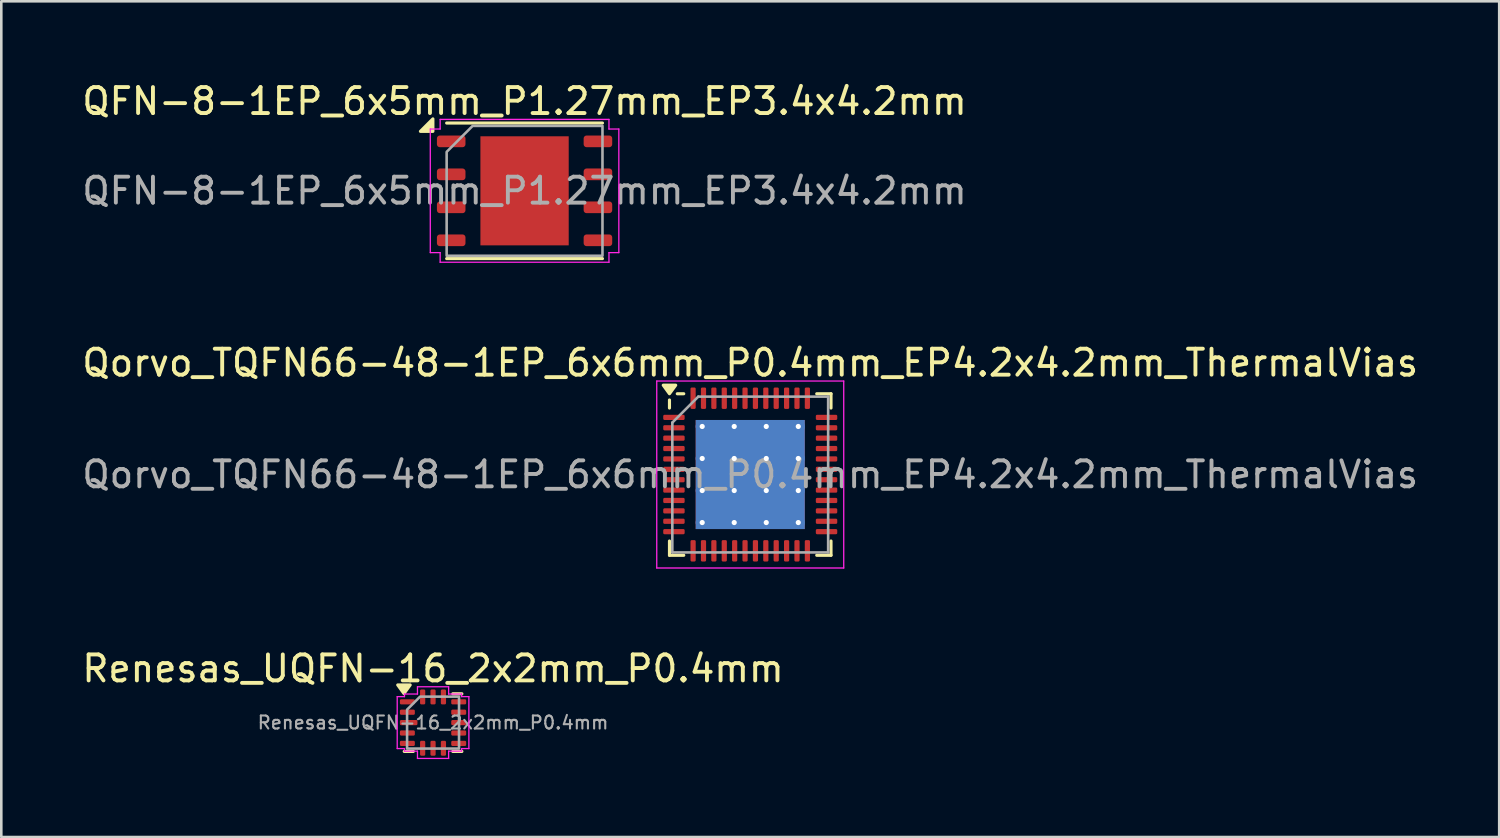
<source format=kicad_pcb>
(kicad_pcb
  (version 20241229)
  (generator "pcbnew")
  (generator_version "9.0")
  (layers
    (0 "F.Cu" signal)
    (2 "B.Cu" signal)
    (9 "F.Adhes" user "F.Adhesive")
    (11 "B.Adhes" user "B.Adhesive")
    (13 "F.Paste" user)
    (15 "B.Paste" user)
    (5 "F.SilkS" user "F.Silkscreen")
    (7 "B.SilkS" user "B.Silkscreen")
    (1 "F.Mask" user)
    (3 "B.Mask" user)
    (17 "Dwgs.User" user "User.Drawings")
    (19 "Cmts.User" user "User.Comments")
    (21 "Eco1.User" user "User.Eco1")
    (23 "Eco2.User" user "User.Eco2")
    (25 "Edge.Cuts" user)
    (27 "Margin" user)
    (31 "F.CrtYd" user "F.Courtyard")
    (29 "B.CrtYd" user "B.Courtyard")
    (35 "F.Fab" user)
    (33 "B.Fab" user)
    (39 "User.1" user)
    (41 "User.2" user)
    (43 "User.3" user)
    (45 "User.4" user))
  (footprint "QFN-8-1EP_6x5mm_P1.27mm_EP3.4x4.2mm"
    (layer "F.Cu")
    (at 17.149 4.298)
    (property "Reference" "QFN-8-1EP_6x5mm_P1.27mm_EP3.4x4.2mm" (at 0 -3.45 0) (layer "F.SilkS") (effects (font (size 1 1) (thickness 0.15))))
    (attr smd)
    (fp_line (start -3 -2.61) (end 3 -2.61) (stroke (width 0.12) (type solid)) (layer "F.SilkS"))
    (fp_line (start -3 2.61) (end 3 2.61) (stroke (width 0.12) (type solid)) (layer "F.SilkS"))
    (fp_poly (pts (xy -3.53 -2.29) (xy -4.01 -2.29) (xy -3.53 -2.77)) (stroke (width 0.12) (type solid)) (fill yes) (layer "F.SilkS"))
    (fp_line (start -3.63 -2.38) (end -3.25 -2.38) (stroke (width 0.05) (type solid)) (layer "F.CrtYd"))
    (fp_line (start -3.63 2.38) (end -3.63 -2.38) (stroke (width 0.05) (type solid)) (layer "F.CrtYd"))
    (fp_line (start -3.25 -2.75) (end 3.25 -2.75) (stroke (width 0.05) (type solid)) (layer "F.CrtYd"))
    (fp_line (start -3.25 -2.38) (end -3.25 -2.75) (stroke (width 0.05) (type solid)) (layer "F.CrtYd"))
    (fp_line (start -3.25 2.38) (end -3.63 2.38) (stroke (width 0.05) (type solid)) (layer "F.CrtYd"))
    (fp_line (start -3.25 2.75) (end -3.25 2.38) (stroke (width 0.05) (type solid)) (layer "F.CrtYd"))
    (fp_line (start 3.25 -2.75) (end 3.25 -2.38) (stroke (width 0.05) (type solid)) (layer "F.CrtYd"))
    (fp_line (start 3.25 -2.38) (end 3.63 -2.38) (stroke (width 0.05) (type solid)) (layer "F.CrtYd"))
    (fp_line (start 3.25 2.38) (end 3.25 2.75) (stroke (width 0.05) (type solid)) (layer "F.CrtYd"))
    (fp_line (start 3.25 2.75) (end -3.25 2.75) (stroke (width 0.05) (type solid)) (layer "F.CrtYd"))
    (fp_line (start 3.63 -2.38) (end 3.63 2.38) (stroke (width 0.05) (type solid)) (layer "F.CrtYd"))
    (fp_line (start 3.63 2.38) (end 3.25 2.38) (stroke (width 0.05) (type solid)) (layer "F.CrtYd"))
    (fp_poly (pts (xy -3 -1.5) (xy -3 2.5) (xy 3 2.5) (xy 3 -2.5) (xy -2 -2.5)) (stroke (width 0.1) (type solid)) (fill no) (layer "F.Fab"))
    (fp_text user "${REFERENCE}" (at 0 0 0) (layer "F.Fab") (effects (font (size 1 1) (thickness 0.15))))
    (pad "" smd roundrect (at -0.85 -1.05) (size 1.37 1.69) (layers "F.Paste") (roundrect_rratio 0.182))
    (pad "" smd roundrect (at -0.85 1.05) (size 1.37 1.69) (layers "F.Paste") (roundrect_rratio 0.182))
    (pad "" smd roundrect (at 0.85 -1.05) (size 1.37 1.69) (layers "F.Paste") (roundrect_rratio 0.182))
    (pad "" smd roundrect (at 0.85 1.05) (size 1.37 1.69) (layers "F.Paste") (roundrect_rratio 0.182))
    (pad "1" smd roundrect (at -2.825 -1.905) (size 1.1 0.45) (layers "F.Cu" "F.Mask" "F.Paste") (roundrect_rratio 0.25))
    (pad "2" smd roundrect (at -2.825 -0.635) (size 1.1 0.45) (layers "F.Cu" "F.Mask" "F.Paste") (roundrect_rratio 0.25))
    (pad "3" smd roundrect (at -2.825 0.635) (size 1.1 0.45) (layers "F.Cu" "F.Mask" "F.Paste") (roundrect_rratio 0.25))
    (pad "4" smd roundrect (at -2.825 1.905) (size 1.1 0.45) (layers "F.Cu" "F.Mask" "F.Paste") (roundrect_rratio 0.25))
    (pad "5" smd roundrect (at 2.825 1.905) (size 1.1 0.45) (layers "F.Cu" "F.Mask" "F.Paste") (roundrect_rratio 0.25))
    (pad "6" smd roundrect (at 2.825 0.635) (size 1.1 0.45) (layers "F.Cu" "F.Mask" "F.Paste") (roundrect_rratio 0.25))
    (pad "7" smd roundrect (at 2.825 -0.635) (size 1.1 0.45) (layers "F.Cu" "F.Mask" "F.Paste") (roundrect_rratio 0.25))
    (pad "8" smd roundrect (at 2.825 -1.905) (size 1.1 0.45) (layers "F.Cu" "F.Mask" "F.Paste") (roundrect_rratio 0.25))
    (pad "9" smd rect (at 0 0) (size 3.4 4.2) (property pad_prop_heatsink) (layers "F.Cu" "F.Mask")))
  (footprint "Renesas_UQFN-16_2x2mm_P0.4mm"
    (layer "F.Cu")
    (at 13.625 24.775)
    (property "Reference" "Renesas_UQFN-16_2x2mm_P0.4mm" (at 0 -2.08 0) (layer "F.SilkS") (effects (font (size 1 1) (thickness 0.15))))
    (attr smd)
    (fp_line (start -0.76 1.11) (end -1.11 1.11) (stroke (width 0.12) (type solid)) (layer "F.SilkS"))
    (fp_line (start 0.76 -1.11) (end 1.11 -1.11) (stroke (width 0.12) (type solid)) (layer "F.SilkS"))
    (fp_line (start 0.76 1.11) (end 1.11 1.11) (stroke (width 0.12) (type solid)) (layer "F.SilkS"))
    (fp_poly (pts (xy -1.12 -1.12) (xy -1.36 -1.45) (xy -0.88 -1.45)) (stroke (width 0.12) (type solid)) (fill yes) (layer "F.SilkS"))
    (fp_line (start -1.38 -1) (end -1.1 -1) (stroke (width 0.05) (type solid)) (layer "F.CrtYd"))
    (fp_line (start -1.38 1) (end -1.38 -1) (stroke (width 0.05) (type solid)) (layer "F.CrtYd"))
    (fp_line (start -1.1 -1.1) (end -0.6 -1.1) (stroke (width 0.05) (type solid)) (layer "F.CrtYd"))
    (fp_line (start -1.1 -1) (end -1.1 -1.1) (stroke (width 0.05) (type solid)) (layer "F.CrtYd"))
    (fp_line (start -1.1 1) (end -1.38 1) (stroke (width 0.05) (type solid)) (layer "F.CrtYd"))
    (fp_line (start -1.1 1.1) (end -1.1 1) (stroke (width 0.05) (type solid)) (layer "F.CrtYd"))
    (fp_line (start -0.6 -1.38) (end 0.6 -1.38) (stroke (width 0.05) (type solid)) (layer "F.CrtYd"))
    (fp_line (start -0.6 -1.1) (end -0.6 -1.38) (stroke (width 0.05) (type solid)) (layer "F.CrtYd"))
    (fp_line (start -0.6 1.1) (end -1.1 1.1) (stroke (width 0.05) (type solid)) (layer "F.CrtYd"))
    (fp_line (start -0.6 1.38) (end -0.6 1.1) (stroke (width 0.05) (type solid)) (layer "F.CrtYd"))
    (fp_line (start 0.6 -1.38) (end 0.6 -1.1) (stroke (width 0.05) (type solid)) (layer "F.CrtYd"))
    (fp_line (start 0.6 -1.1) (end 1.1 -1.1) (stroke (width 0.05) (type solid)) (layer "F.CrtYd"))
    (fp_line (start 0.6 1.1) (end 0.6 1.38) (stroke (width 0.05) (type solid)) (layer "F.CrtYd"))
    (fp_line (start 0.6 1.38) (end -0.6 1.38) (stroke (width 0.05) (type solid)) (layer "F.CrtYd"))
    (fp_line (start 1.1 -1.1) (end 1.1 -1) (stroke (width 0.05) (type solid)) (layer "F.CrtYd"))
    (fp_line (start 1.1 -1) (end 1.38 -1) (stroke (width 0.05) (type solid)) (layer "F.CrtYd"))
    (fp_line (start 1.1 1) (end 1.1 1.1) (stroke (width 0.05) (type solid)) (layer "F.CrtYd"))
    (fp_line (start 1.1 1.1) (end 0.6 1.1) (stroke (width 0.05) (type solid)) (layer "F.CrtYd"))
    (fp_line (start 1.38 -1) (end 1.38 1) (stroke (width 0.05) (type solid)) (layer "F.CrtYd"))
    (fp_line (start 1.38 1) (end 1.1 1) (stroke (width 0.05) (type solid)) (layer "F.CrtYd"))
    (fp_poly (pts (xy -1 -0.5) (xy -1 1) (xy 1 1) (xy 1 -1) (xy -0.5 -1)) (stroke (width 0.1) (type solid)) (fill no) (layer "F.Fab"))
    (fp_text user "${REFERENCE}" (at 0 0 0) (layer "F.Fab") (effects (font (size 0.5 0.5) (thickness 0.08))))
    (pad "1" smd roundrect (at -0.988 -0.8) (size 0.575 0.2) (layers "F.Cu" "F.Mask" "F.Paste") (roundrect_rratio 0.25))
    (pad "2" smd roundrect (at -0.988 -0.4) (size 0.575 0.2) (layers "F.Cu" "F.Mask" "F.Paste") (roundrect_rratio 0.25))
    (pad "3" smd roundrect (at -0.938 0) (size 0.675 0.2) (layers "F.Cu" "F.Mask" "F.Paste") (roundrect_rratio 0.25))
    (pad "4" smd roundrect (at -0.988 0.4) (size 0.575 0.2) (layers "F.Cu" "F.Mask" "F.Paste") (roundrect_rratio 0.25))
    (pad "5" smd roundrect (at -0.988 0.8) (size 0.575 0.2) (layers "F.Cu" "F.Mask" "F.Paste") (roundrect_rratio 0.25))
    (pad "6" smd roundrect (at -0.4 0.988) (size 0.2 0.575) (layers "F.Cu" "F.Mask" "F.Paste") (roundrect_rratio 0.25))
    (pad "7" smd roundrect (at 0 0.988) (size 0.2 0.575) (layers "F.Cu" "F.Mask" "F.Paste") (roundrect_rratio 0.25))
    (pad "8" smd roundrect (at 0.4 0.988) (size 0.2 0.575) (layers "F.Cu" "F.Mask" "F.Paste") (roundrect_rratio 0.25))
    (pad "9" smd roundrect (at 0.988 0.8) (size 0.575 0.2) (layers "F.Cu" "F.Mask" "F.Paste") (roundrect_rratio 0.25))
    (pad "10" smd roundrect (at 0.988 0.4) (size 0.575 0.2) (layers "F.Cu" "F.Mask" "F.Paste") (roundrect_rratio 0.25))
    (pad "11" smd roundrect (at 0.988 0) (size 0.575 0.2) (layers "F.Cu" "F.Mask" "F.Paste") (roundrect_rratio 0.25))
    (pad "12" smd roundrect (at 0.988 -0.4) (size 0.575 0.2) (layers "F.Cu" "F.Mask" "F.Paste") (roundrect_rratio 0.25))
    (pad "13" smd roundrect (at 0.988 -0.8) (size 0.575 0.2) (layers "F.Cu" "F.Mask" "F.Paste") (roundrect_rratio 0.25))
    (pad "14" smd roundrect (at 0.4 -0.988) (size 0.2 0.575) (layers "F.Cu" "F.Mask" "F.Paste") (roundrect_rratio 0.25))
    (pad "15" smd roundrect (at 0 -0.988) (size 0.2 0.575) (layers "F.Cu" "F.Mask" "F.Paste") (roundrect_rratio 0.25))
    (pad "16" smd roundrect (at -0.4 -0.988) (size 0.2 0.575) (layers "F.Cu" "F.Mask" "F.Paste") (roundrect_rratio 0.25)))
  (footprint "Qorvo_TQFN66-48-1EP_6x6mm_P0.4mm_EP4.2x4.2mm_ThermalVias"
    (layer "F.Cu")
    (at 25.839 15.222)
    (property "Reference" "Qorvo_TQFN66-48-1EP_6x6mm_P0.4mm_EP4.2x4.2mm_ThermalVias" (at 0 -4.3 0) (layer "F.SilkS") (effects (font (size 1 1) (thickness 0.15))))
    (attr smd)
    (fp_line (start -3.11 -2.56) (end -3.11 -2.87) (stroke (width 0.12) (type solid)) (layer "F.SilkS"))
    (fp_line (start -3.11 3.11) (end -3.11 2.56) (stroke (width 0.12) (type solid)) (layer "F.SilkS"))
    (fp_line (start -2.56 -3.11) (end -2.81 -3.11) (stroke (width 0.12) (type solid)) (layer "F.SilkS"))
    (fp_line (start -2.56 3.11) (end -3.11 3.11) (stroke (width 0.12) (type solid)) (layer "F.SilkS"))
    (fp_line (start 2.56 -3.11) (end 3.11 -3.11) (stroke (width 0.12) (type solid)) (layer "F.SilkS"))
    (fp_line (start 2.56 3.11) (end 3.11 3.11) (stroke (width 0.12) (type solid)) (layer "F.SilkS"))
    (fp_line (start 3.11 -3.11) (end 3.11 -2.56) (stroke (width 0.12) (type solid)) (layer "F.SilkS"))
    (fp_line (start 3.11 3.11) (end 3.11 2.56) (stroke (width 0.12) (type solid)) (layer "F.SilkS"))
    (fp_poly (pts (xy -3.11 -3.11) (xy -3.35 -3.44) (xy -2.87 -3.44) (xy -3.11 -3.11)) (stroke (width 0.12) (type solid)) (fill yes) (layer "F.SilkS"))
    (fp_line (start -3.6 -3.6) (end -3.6 3.6) (stroke (width 0.05) (type solid)) (layer "F.CrtYd"))
    (fp_line (start -3.6 3.6) (end 3.6 3.6) (stroke (width 0.05) (type solid)) (layer "F.CrtYd"))
    (fp_line (start 3.6 -3.6) (end -3.6 -3.6) (stroke (width 0.05) (type solid)) (layer "F.CrtYd"))
    (fp_line (start 3.6 3.6) (end 3.6 -3.6) (stroke (width 0.05) (type solid)) (layer "F.CrtYd"))
    (fp_line (start -3 -2) (end -2 -3) (stroke (width 0.1) (type solid)) (layer "F.Fab"))
    (fp_line (start -3 3) (end -3 -2) (stroke (width 0.1) (type solid)) (layer "F.Fab"))
    (fp_line (start -2 -3) (end 3 -3) (stroke (width 0.1) (type solid)) (layer "F.Fab"))
    (fp_line (start 3 -3) (end 3 3) (stroke (width 0.1) (type solid)) (layer "F.Fab"))
    (fp_line (start 3 3) (end -3 3) (stroke (width 0.1) (type solid)) (layer "F.Fab"))
    (fp_text user "${REFERENCE}" (at 0 0 0) (layer "F.Fab") (effects (font (size 1 1) (thickness 0.15))))
    (pad "" smd roundrect (at -1.233 -1.233) (size 1.084 1.084) (layers "F.Paste") (roundrect_rratio 0.231))
    (pad "" smd roundrect (at -1.233 0) (size 1.084 1.084) (layers "F.Paste") (roundrect_rratio 0.231))
    (pad "" smd roundrect (at -1.233 1.233) (size 1.084 1.084) (layers "F.Paste") (roundrect_rratio 0.231))
    (pad "" smd roundrect (at 0 -1.233) (size 1.084 1.084) (layers "F.Paste") (roundrect_rratio 0.231))
    (pad "" smd roundrect (at 0 0) (size 1.084 1.084) (layers "F.Paste") (roundrect_rratio 0.231))
    (pad "" smd roundrect (at 0 1.233) (size 1.084 1.084) (layers "F.Paste") (roundrect_rratio 0.231))
    (pad "" smd roundrect (at 1.233 -1.233) (size 1.084 1.084) (layers "F.Paste") (roundrect_rratio 0.231))
    (pad "" smd roundrect (at 1.233 0) (size 1.084 1.084) (layers "F.Paste") (roundrect_rratio 0.231))
    (pad "" smd roundrect (at 1.233 1.233) (size 1.084 1.084) (layers "F.Paste") (roundrect_rratio 0.231))
    (pad "1" smd roundrect (at -2.938 -2.2) (size 0.825 0.2) (layers "F.Cu" "F.Mask" "F.Paste") (roundrect_rratio 0.25))
    (pad "2" smd roundrect (at -2.938 -1.8) (size 0.825 0.2) (layers "F.Cu" "F.Mask" "F.Paste") (roundrect_rratio 0.25))
    (pad "3" smd roundrect (at -2.938 -1.4) (size 0.825 0.2) (layers "F.Cu" "F.Mask" "F.Paste") (roundrect_rratio 0.25))
    (pad "4" smd roundrect (at -2.938 -1) (size 0.825 0.2) (layers "F.Cu" "F.Mask" "F.Paste") (roundrect_rratio 0.25))
    (pad "5" smd roundrect (at -2.938 -0.6) (size 0.825 0.2) (layers "F.Cu" "F.Mask" "F.Paste") (roundrect_rratio 0.25))
    (pad "6" smd roundrect (at -2.938 -0.2) (size 0.825 0.2) (layers "F.Cu" "F.Mask" "F.Paste") (roundrect_rratio 0.25))
    (pad "7" smd roundrect (at -2.938 0.2) (size 0.825 0.2) (layers "F.Cu" "F.Mask" "F.Paste") (roundrect_rratio 0.25))
    (pad "8" smd roundrect (at -2.938 0.6) (size 0.825 0.2) (layers "F.Cu" "F.Mask" "F.Paste") (roundrect_rratio 0.25))
    (pad "9" smd roundrect (at -2.938 1) (size 0.825 0.2) (layers "F.Cu" "F.Mask" "F.Paste") (roundrect_rratio 0.25))
    (pad "10" smd roundrect (at -2.938 1.4) (size 0.825 0.2) (layers "F.Cu" "F.Mask" "F.Paste") (roundrect_rratio 0.25))
    (pad "11" smd roundrect (at -2.938 1.8) (size 0.825 0.2) (layers "F.Cu" "F.Mask" "F.Paste") (roundrect_rratio 0.25))
    (pad "12" smd roundrect (at -2.938 2.2) (size 0.825 0.2) (layers "F.Cu" "F.Mask" "F.Paste") (roundrect_rratio 0.25))
    (pad "13" smd roundrect (at -2.2 2.938) (size 0.2 0.825) (layers "F.Cu" "F.Mask" "F.Paste") (roundrect_rratio 0.25))
    (pad "14" smd roundrect (at -1.8 2.938) (size 0.2 0.825) (layers "F.Cu" "F.Mask" "F.Paste") (roundrect_rratio 0.25))
    (pad "15" smd roundrect (at -1.4 2.938) (size 0.2 0.825) (layers "F.Cu" "F.Mask" "F.Paste") (roundrect_rratio 0.25))
    (pad "16" smd roundrect (at -1 2.938) (size 0.2 0.825) (layers "F.Cu" "F.Mask" "F.Paste") (roundrect_rratio 0.25))
    (pad "17" smd roundrect (at -0.6 2.938) (size 0.2 0.825) (layers "F.Cu" "F.Mask" "F.Paste") (roundrect_rratio 0.25))
    (pad "18" smd roundrect (at -0.2 2.938) (size 0.2 0.825) (layers "F.Cu" "F.Mask" "F.Paste") (roundrect_rratio 0.25))
    (pad "19" smd roundrect (at 0.2 2.938) (size 0.2 0.825) (layers "F.Cu" "F.Mask" "F.Paste") (roundrect_rratio 0.25))
    (pad "20" smd roundrect (at 0.6 2.938) (size 0.2 0.825) (layers "F.Cu" "F.Mask" "F.Paste") (roundrect_rratio 0.25))
    (pad "21" smd roundrect (at 1 2.938) (size 0.2 0.825) (layers "F.Cu" "F.Mask" "F.Paste") (roundrect_rratio 0.25))
    (pad "22" smd roundrect (at 1.4 2.938) (size 0.2 0.825) (layers "F.Cu" "F.Mask" "F.Paste") (roundrect_rratio 0.25))
    (pad "23" smd roundrect (at 1.8 2.938) (size 0.2 0.825) (layers "F.Cu" "F.Mask" "F.Paste") (roundrect_rratio 0.25))
    (pad "24" smd roundrect (at 2.2 2.938) (size 0.2 0.825) (layers "F.Cu" "F.Mask" "F.Paste") (roundrect_rratio 0.25))
    (pad "25" smd roundrect (at 2.938 2.2) (size 0.825 0.2) (layers "F.Cu" "F.Mask" "F.Paste") (roundrect_rratio 0.25))
    (pad "26" smd roundrect (at 2.938 1.8) (size 0.825 0.2) (layers "F.Cu" "F.Mask" "F.Paste") (roundrect_rratio 0.25))
    (pad "27" smd roundrect (at 2.938 1.4) (size 0.825 0.2) (layers "F.Cu" "F.Mask" "F.Paste") (roundrect_rratio 0.25))
    (pad "28" smd roundrect (at 2.938 1) (size 0.825 0.2) (layers "F.Cu" "F.Mask" "F.Paste") (roundrect_rratio 0.25))
    (pad "29" smd roundrect (at 2.938 0.6) (size 0.825 0.2) (layers "F.Cu" "F.Mask" "F.Paste") (roundrect_rratio 0.25))
    (pad "30" smd roundrect (at 2.938 0.2) (size 0.825 0.2) (layers "F.Cu" "F.Mask" "F.Paste") (roundrect_rratio 0.25))
    (pad "31" smd roundrect (at 2.938 -0.2) (size 0.825 0.2) (layers "F.Cu" "F.Mask" "F.Paste") (roundrect_rratio 0.25))
    (pad "32" smd roundrect (at 2.938 -0.6) (size 0.825 0.2) (layers "F.Cu" "F.Mask" "F.Paste") (roundrect_rratio 0.25))
    (pad "33" smd roundrect (at 2.938 -1) (size 0.825 0.2) (layers "F.Cu" "F.Mask" "F.Paste") (roundrect_rratio 0.25))
    (pad "34" smd roundrect (at 2.938 -1.4) (size 0.825 0.2) (layers "F.Cu" "F.Mask" "F.Paste") (roundrect_rratio 0.25))
    (pad "35" smd roundrect (at 2.938 -1.8) (size 0.825 0.2) (layers "F.Cu" "F.Mask" "F.Paste") (roundrect_rratio 0.25))
    (pad "36" smd roundrect (at 2.938 -2.2) (size 0.825 0.2) (layers "F.Cu" "F.Mask" "F.Paste") (roundrect_rratio 0.25))
    (pad "37" smd roundrect (at 2.2 -2.938) (size 0.2 0.825) (layers "F.Cu" "F.Mask" "F.Paste") (roundrect_rratio 0.25))
    (pad "38" smd roundrect (at 1.8 -2.938) (size 0.2 0.825) (layers "F.Cu" "F.Mask" "F.Paste") (roundrect_rratio 0.25))
    (pad "39" smd roundrect (at 1.4 -2.938) (size 0.2 0.825) (layers "F.Cu" "F.Mask" "F.Paste") (roundrect_rratio 0.25))
    (pad "40" smd roundrect (at 1 -2.938) (size 0.2 0.825) (layers "F.Cu" "F.Mask" "F.Paste") (roundrect_rratio 0.25))
    (pad "41" smd roundrect (at 0.6 -2.938) (size 0.2 0.825) (layers "F.Cu" "F.Mask" "F.Paste") (roundrect_rratio 0.25))
    (pad "42" smd roundrect (at 0.2 -2.938) (size 0.2 0.825) (layers "F.Cu" "F.Mask" "F.Paste") (roundrect_rratio 0.25))
    (pad "43" smd roundrect (at -0.2 -2.938) (size 0.2 0.825) (layers "F.Cu" "F.Mask" "F.Paste") (roundrect_rratio 0.25))
    (pad "44" smd roundrect (at -0.6 -2.938) (size 0.2 0.825) (layers "F.Cu" "F.Mask" "F.Paste") (roundrect_rratio 0.25))
    (pad "45" smd roundrect (at -1 -2.938) (size 0.2 0.825) (layers "F.Cu" "F.Mask" "F.Paste") (roundrect_rratio 0.25))
    (pad "46" smd roundrect (at -1.4 -2.938) (size 0.2 0.825) (layers "F.Cu" "F.Mask" "F.Paste") (roundrect_rratio 0.25))
    (pad "47" smd roundrect (at -1.8 -2.938) (size 0.2 0.825) (layers "F.Cu" "F.Mask" "F.Paste") (roundrect_rratio 0.25))
    (pad "48" smd roundrect (at -2.2 -2.938) (size 0.2 0.825) (layers "F.Cu" "F.Mask" "F.Paste") (roundrect_rratio 0.25))
    (pad "49" thru_hole circle (at -1.85 -1.85) (size 0.5 0.5) (drill 0.2) (property pad_prop_heatsink) (layers "*.Cu"))
    (pad "49" thru_hole circle (at -1.85 -0.617) (size 0.5 0.5) (drill 0.2) (property pad_prop_heatsink) (layers "*.Cu"))
    (pad "49" thru_hole circle (at -1.85 0.617) (size 0.5 0.5) (drill 0.2) (property pad_prop_heatsink) (layers "*.Cu"))
    (pad "49" thru_hole circle (at -1.85 1.85) (size 0.5 0.5) (drill 0.2) (property pad_prop_heatsink) (layers "*.Cu"))
    (pad "49" thru_hole circle (at -0.617 -1.85) (size 0.5 0.5) (drill 0.2) (property pad_prop_heatsink) (layers "*.Cu"))
    (pad "49" thru_hole circle (at -0.617 -0.617) (size 0.5 0.5) (drill 0.2) (property pad_prop_heatsink) (layers "*.Cu"))
    (pad "49" thru_hole circle (at -0.617 0.617) (size 0.5 0.5) (drill 0.2) (property pad_prop_heatsink) (layers "*.Cu"))
    (pad "49" thru_hole circle (at -0.617 1.85) (size 0.5 0.5) (drill 0.2) (property pad_prop_heatsink) (layers "*.Cu"))
    (pad "49" smd rect (at 0 0) (size 4.2 4.2) (property pad_prop_heatsink) (layers "F.Cu" "F.Mask"))
    (pad "49" smd rect (at 0 0) (size 4.2 4.2) (property pad_prop_heatsink) (layers "B.Cu"))
    (pad "49" thru_hole circle (at 0.617 -1.85) (size 0.5 0.5) (drill 0.2) (property pad_prop_heatsink) (layers "*.Cu"))
    (pad "49" thru_hole circle (at 0.617 -0.617) (size 0.5 0.5) (drill 0.2) (property pad_prop_heatsink) (layers "*.Cu"))
    (pad "49" thru_hole circle (at 0.617 0.617) (size 0.5 0.5) (drill 0.2) (property pad_prop_heatsink) (layers "*.Cu"))
    (pad "49" thru_hole circle (at 0.617 1.85) (size 0.5 0.5) (drill 0.2) (property pad_prop_heatsink) (layers "*.Cu"))
    (pad "49" thru_hole circle (at 1.85 -1.85) (size 0.5 0.5) (drill 0.2) (property pad_prop_heatsink) (layers "*.Cu"))
    (pad "49" thru_hole circle (at 1.85 -0.617) (size 0.5 0.5) (drill 0.2) (property pad_prop_heatsink) (layers "*.Cu"))
    (pad "49" thru_hole circle (at 1.85 0.617) (size 0.5 0.5) (drill 0.2) (property pad_prop_heatsink) (layers "*.Cu"))
    (pad "49" thru_hole circle (at 1.85 1.85) (size 0.5 0.5) (drill 0.2) (property pad_prop_heatsink) (layers "*.Cu")))
  (gr_rect
    (start -3 -3)
    (end 54.679 29.18)
    (stroke (width 0.1) (type default))
    (fill no)
    (layer "Edge.Cuts")))
</source>
